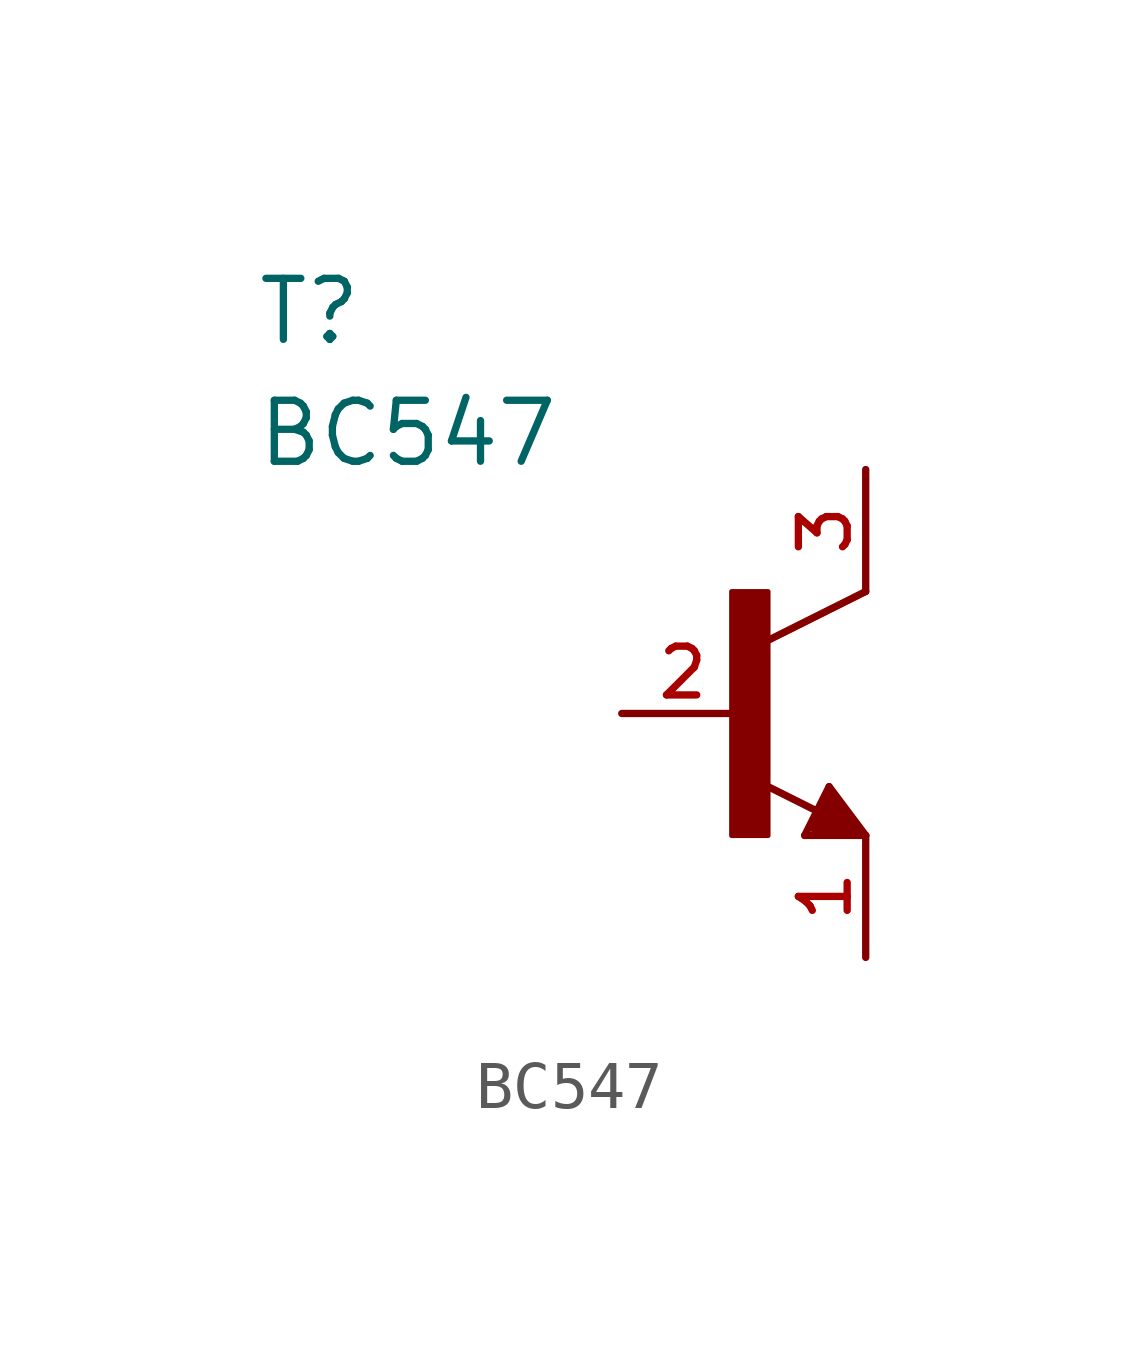
<source format=kicad_sym>
(kicad_symbol_lib
  (version 20211014)
  (generator kicad_symbol_editor)
  (symbol "BC547"
    (pin_names
      (offset 1.016))
    (property "Reference" "T"
      (at -10.171 7.628 0)
      (effects (font (size 1.27 1.27)) (justify bottom left)))
    (property "Value" "BC547"
      (at -10.178 5.089 0)
      (effects (font (size 1.27 1.27)) (justify bottom left)))
    (symbol "BC547_0_0"
      (polyline (pts (xy 2.54 2.54) (xy 0.508 1.524)) (stroke (width 0.152)))
      (polyline (pts (xy 1.778 -1.524) (xy 2.54 -2.54)) (stroke (width 0.152)))
      (polyline (pts (xy 2.54 -2.54) (xy 1.27 -2.54)) (stroke (width 0.152)))
      (polyline (pts (xy 1.27 -2.54) (xy 1.778 -1.524)) (stroke (width 0.152)))
      (polyline (pts (xy 1.54 -2.04) (xy 0.308 -1.424)) (stroke (width 0.152)))
      (polyline (pts (xy 1.524 -2.413) (xy 2.286 -2.413)) (stroke (width 0.254)))
      (polyline (pts (xy 2.286 -2.413) (xy 1.778 -1.778)) (stroke (width 0.254)))
      (polyline (pts (xy 1.778 -1.778) (xy 1.524 -2.286)) (stroke (width 0.254)))
      (polyline (pts (xy 1.524 -2.286) (xy 1.905 -2.286)) (stroke (width 0.254)))
      (polyline (pts (xy 1.905 -2.286) (xy 1.778 -2.032)) (stroke (width 0.254)))
      (rectangle (start -0.254 -2.544) (end 0.508 2.54) (stroke (width 0.1)) (fill (type outline)))
      (pin passive line (at -2.54 0.0 0) (length 2.54) (name "~" (effects (font (size 1.016 1.016)))) (number "2" (effects (font (size 1.016 1.016)))))
      (pin passive line (at 2.54 -5.08 90.0) (length 2.54) (name "~" (effects (font (size 1.016 1.016)))) (number "1" (effects (font (size 1.016 1.016)))))
      (pin passive line (at 2.54 5.08 270.0) (length 2.54) (name "~" (effects (font (size 1.016 1.016)))) (number "3" (effects (font (size 1.016 1.016))))))))
</source>
